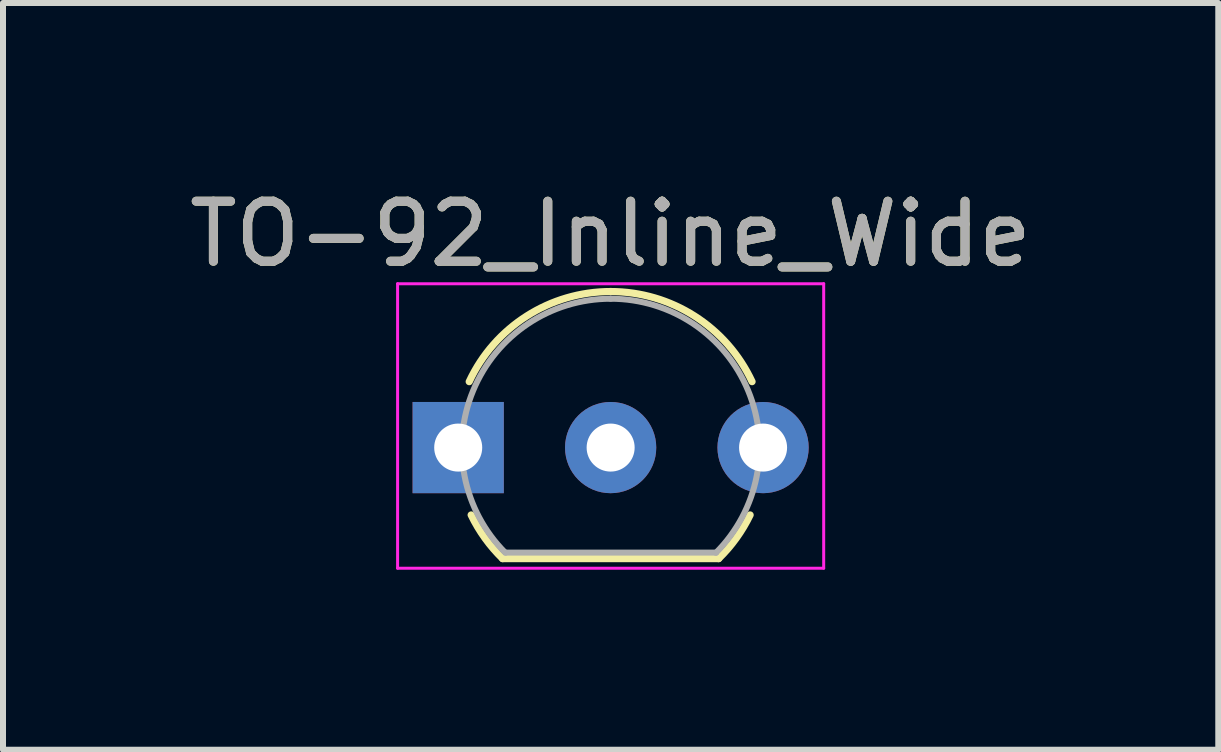
<source format=kicad_pcb>
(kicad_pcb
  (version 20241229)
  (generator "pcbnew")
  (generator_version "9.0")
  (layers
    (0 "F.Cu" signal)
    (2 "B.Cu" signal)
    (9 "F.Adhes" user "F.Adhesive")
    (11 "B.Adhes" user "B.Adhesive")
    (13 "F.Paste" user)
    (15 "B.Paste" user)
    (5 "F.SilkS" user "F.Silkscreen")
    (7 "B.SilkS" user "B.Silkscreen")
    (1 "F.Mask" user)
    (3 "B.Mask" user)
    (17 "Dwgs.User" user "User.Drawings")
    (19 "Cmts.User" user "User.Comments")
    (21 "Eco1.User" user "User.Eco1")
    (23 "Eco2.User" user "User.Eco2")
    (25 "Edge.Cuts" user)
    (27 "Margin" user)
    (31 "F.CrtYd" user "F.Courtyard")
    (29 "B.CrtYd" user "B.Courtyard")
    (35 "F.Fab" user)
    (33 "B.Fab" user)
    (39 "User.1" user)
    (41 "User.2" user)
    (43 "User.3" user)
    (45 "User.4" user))
  (footprint "TO-92_Inline_Wide"
    (layer "F.Cu")
    (at 4.585 4.408)
    (property "Reference" "TO-92_Inline_Wide" (at 2.54 -3.56 180) (layer "F.SilkS") (effects (font (size 1 1) (thickness 0.15))))
    (attr through_hole)
    (fp_line (start 0.74 1.85) (end 4.34 1.85) (stroke (width 0.12) (type solid)) (layer "F.SilkS"))
    (fp_arc (start 0.1836 -1.098807) (mid 1.143021 -2.192817) (end 2.54 -2.6) (stroke (width 0.12) (type solid)) (layer "F.SilkS"))
    (fp_arc (start 0.74 1.85) (mid 0.446097 1.509328) (end 0.215816 1.122795) (stroke (width 0.12) (type solid)) (layer "F.SilkS"))
    (fp_arc (start 2.54 -2.6) (mid 3.936979 -2.192818) (end 4.8964 -1.098807) (stroke (width 0.12) (type solid)) (layer "F.SilkS"))
    (fp_arc (start 4.864184 1.122795) (mid 4.633903 1.509328) (end 4.34 1.85) (stroke (width 0.12) (type solid)) (layer "F.SilkS"))
    (fp_line (start -1.01 -2.73) (end -1.01 2.01) (stroke (width 0.05) (type solid)) (layer "F.CrtYd"))
    (fp_line (start -1.01 -2.73) (end 6.09 -2.73) (stroke (width 0.05) (type solid)) (layer "F.CrtYd"))
    (fp_line (start 6.09 2.01) (end -1.01 2.01) (stroke (width 0.05) (type solid)) (layer "F.CrtYd"))
    (fp_line (start 6.09 2.01) (end 6.09 -2.73) (stroke (width 0.05) (type solid)) (layer "F.CrtYd"))
    (fp_line (start 0.8 1.75) (end 4.3 1.75) (stroke (width 0.1) (type solid)) (layer "F.Fab"))
    (fp_arc (start 0.786375 1.753625) (mid 0.248779 -0.949055) (end 2.54 -2.48) (stroke (width 0.1) (type solid)) (layer "F.Fab"))
    (fp_arc (start 2.54 -2.48) (mid 4.831221 -0.949055) (end 4.293625 1.753625) (stroke (width 0.1) (type solid)) (layer "F.Fab"))
    (fp_text user "${REFERENCE}" (at 2.54 -3.56 180) (layer "F.Fab") (effects (font (size 1 1) (thickness 0.15))))
    (pad "1" thru_hole rect (at 0 0 90) (size 1.52 1.52) (drill 0.8) (layers "*.Cu" "*.Mask"))
    (pad "2" thru_hole circle (at 2.54 0 90) (size 1.52 1.52) (drill 0.8) (layers "*.Cu" "*.Mask"))
    (pad "3" thru_hole circle (at 5.08 0 90) (size 1.52 1.52) (drill 0.8) (layers "*.Cu" "*.Mask")))
  (gr_rect
    (start -3 -3)
    (end 17.25 9.443)
    (stroke (width 0.1) (type default))
    (fill no)
    (layer "Edge.Cuts")))
</source>
